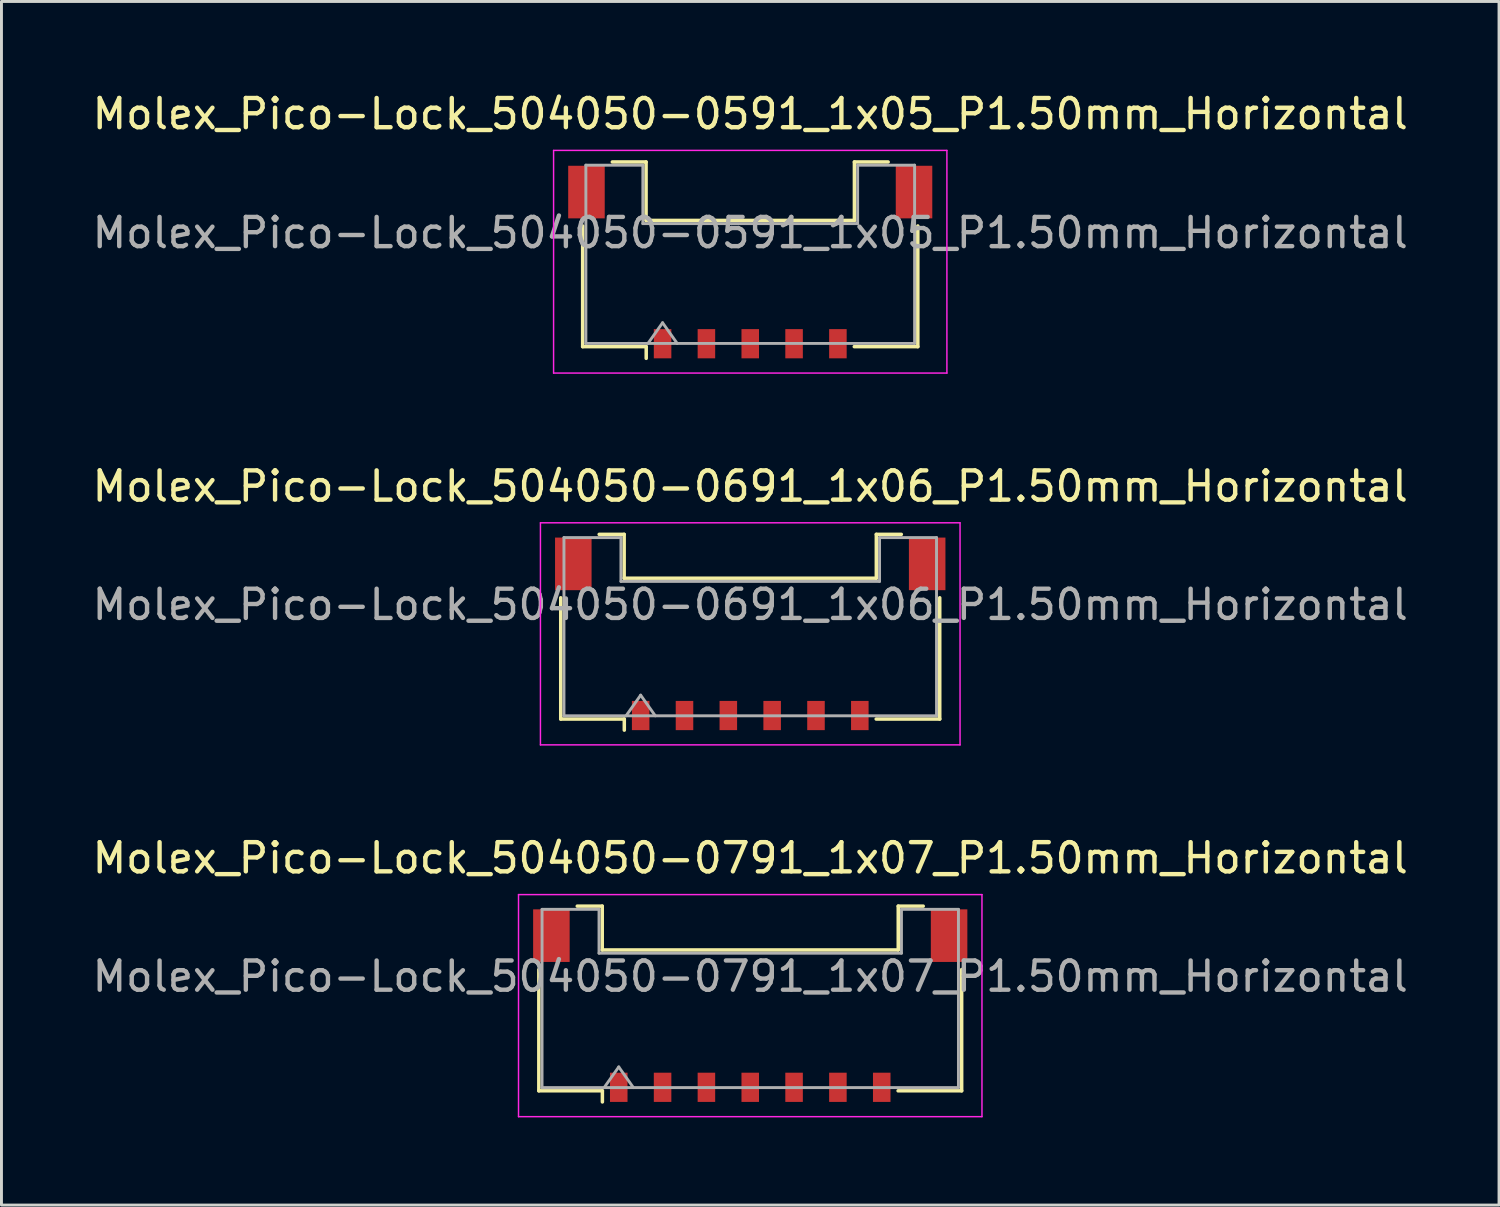
<source format=kicad_pcb>
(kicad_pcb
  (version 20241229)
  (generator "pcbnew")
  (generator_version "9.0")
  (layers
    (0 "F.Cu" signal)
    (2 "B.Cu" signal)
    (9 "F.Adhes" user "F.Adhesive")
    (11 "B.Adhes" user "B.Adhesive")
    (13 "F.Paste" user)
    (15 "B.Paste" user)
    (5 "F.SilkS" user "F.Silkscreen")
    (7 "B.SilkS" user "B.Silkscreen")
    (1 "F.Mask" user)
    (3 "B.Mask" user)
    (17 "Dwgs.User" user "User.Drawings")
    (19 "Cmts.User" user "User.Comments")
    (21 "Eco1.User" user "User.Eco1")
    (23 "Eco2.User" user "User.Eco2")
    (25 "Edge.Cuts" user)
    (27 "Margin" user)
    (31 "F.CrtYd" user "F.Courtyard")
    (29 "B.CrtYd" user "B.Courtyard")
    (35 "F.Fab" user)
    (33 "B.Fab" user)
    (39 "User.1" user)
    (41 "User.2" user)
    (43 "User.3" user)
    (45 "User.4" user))
  (footprint "Molex_Pico-Lock_504050-0591_1x05_P1.50mm_Horizontal"
    (layer "F.Cu")
    (at 22.625 5.918)
    (property "Reference" "Molex_Pico-Lock_504050-0591_1x05_P1.50mm_Horizontal" (at 0 -5.07 0) (layer "F.SilkS") (effects (font (size 1 1) (thickness 0.15))))
    (attr smd)
    (fp_line (start -5.735 -1.235) (end -5.735 2.895) (stroke (width 0.12) (type solid)) (layer "F.SilkS"))
    (fp_line (start -5.735 2.895) (end -3.56 2.895) (stroke (width 0.12) (type solid)) (layer "F.SilkS"))
    (fp_line (start -4.72 -3.425) (end -3.565 -3.425) (stroke (width 0.12) (type solid)) (layer "F.SilkS"))
    (fp_line (start -3.565 -3.425) (end -3.565 -1.425) (stroke (width 0.12) (type solid)) (layer "F.SilkS"))
    (fp_line (start -3.565 -1.425) (end 3.565 -1.425) (stroke (width 0.12) (type solid)) (layer "F.SilkS"))
    (fp_line (start -3.56 2.895) (end -3.56 3.295) (stroke (width 0.12) (type solid)) (layer "F.SilkS"))
    (fp_line (start 3.565 -3.425) (end 4.72 -3.425) (stroke (width 0.12) (type solid)) (layer "F.SilkS"))
    (fp_line (start 3.565 -1.425) (end 3.565 -3.425) (stroke (width 0.12) (type solid)) (layer "F.SilkS"))
    (fp_line (start 5.735 -1.235) (end 5.735 2.895) (stroke (width 0.12) (type solid)) (layer "F.SilkS"))
    (fp_line (start 5.735 2.895) (end 3.56 2.895) (stroke (width 0.12) (type solid)) (layer "F.SilkS"))
    (fp_line (start -6.73 -3.82) (end -6.73 3.8) (stroke (width 0.05) (type solid)) (layer "F.CrtYd"))
    (fp_line (start -6.73 3.8) (end 6.73 3.8) (stroke (width 0.05) (type solid)) (layer "F.CrtYd"))
    (fp_line (start 6.73 -3.82) (end -6.73 -3.82) (stroke (width 0.05) (type solid)) (layer "F.CrtYd"))
    (fp_line (start 6.73 3.8) (end 6.73 -3.82) (stroke (width 0.05) (type solid)) (layer "F.CrtYd"))
    (fp_line (start -5.625 -3.315) (end -3.675 -3.315) (stroke (width 0.1) (type solid)) (layer "F.Fab"))
    (fp_line (start -5.625 2.785) (end -5.625 -3.315) (stroke (width 0.1) (type solid)) (layer "F.Fab"))
    (fp_line (start -5.625 2.785) (end 5.625 2.785) (stroke (width 0.1) (type solid)) (layer "F.Fab"))
    (fp_line (start -3.675 -3.315) (end -3.675 -1.315) (stroke (width 0.1) (type solid)) (layer "F.Fab"))
    (fp_line (start -3.675 -1.315) (end 3.675 -1.315) (stroke (width 0.1) (type solid)) (layer "F.Fab"))
    (fp_line (start -3.5 2.785) (end -3 2.078) (stroke (width 0.1) (type solid)) (layer "F.Fab"))
    (fp_line (start -3 2.078) (end -2.5 2.785) (stroke (width 0.1) (type solid)) (layer "F.Fab"))
    (fp_line (start 3.675 -3.315) (end 5.625 -3.315) (stroke (width 0.1) (type solid)) (layer "F.Fab"))
    (fp_line (start 3.675 -1.315) (end 3.675 -3.315) (stroke (width 0.1) (type solid)) (layer "F.Fab"))
    (fp_line (start 5.625 2.785) (end 5.625 -3.315) (stroke (width 0.1) (type solid)) (layer "F.Fab"))
    (fp_text user "${REFERENCE}" (at 0 -1 0) (layer "F.Fab") (effects (font (size 1 1) (thickness 0.15))))
    (pad "" smd rect (at -5.605 -2.395) (size 1.25 1.8) (layers "F.Cu" "F.Mask" "F.Paste"))
    (pad "" smd rect (at 5.605 -2.395) (size 1.25 1.8) (layers "F.Cu" "F.Mask" "F.Paste"))
    (pad "1" smd rect (at -3 2.795) (size 0.6 1) (layers "F.Cu" "F.Mask" "F.Paste"))
    (pad "2" smd rect (at -1.5 2.795) (size 0.6 1) (layers "F.Cu" "F.Mask" "F.Paste"))
    (pad "3" smd rect (at 0 2.795) (size 0.6 1) (layers "F.Cu" "F.Mask" "F.Paste"))
    (pad "4" smd rect (at 1.5 2.795) (size 0.6 1) (layers "F.Cu" "F.Mask" "F.Paste"))
    (pad "5" smd rect (at 3 2.795) (size 0.6 1) (layers "F.Cu" "F.Mask" "F.Paste")))
  (footprint "Molex_Pico-Lock_504050-0791_1x07_P1.50mm_Horizontal"
    (layer "F.Cu")
    (at 22.625 31.365)
    (property "Reference" "Molex_Pico-Lock_504050-0791_1x07_P1.50mm_Horizontal" (at 0 -5.05 0) (layer "F.SilkS") (effects (font (size 1 1) (thickness 0.15))))
    (attr smd)
    (fp_line (start -7.235 -1.235) (end -7.235 2.915) (stroke (width 0.12) (type solid)) (layer "F.SilkS"))
    (fp_line (start -7.235 2.915) (end -5.06 2.915) (stroke (width 0.12) (type solid)) (layer "F.SilkS"))
    (fp_line (start -5.92 -3.405) (end -5.065 -3.405) (stroke (width 0.12) (type solid)) (layer "F.SilkS"))
    (fp_line (start -5.065 -3.405) (end -5.065 -1.905) (stroke (width 0.12) (type solid)) (layer "F.SilkS"))
    (fp_line (start -5.065 -1.905) (end 5.065 -1.905) (stroke (width 0.12) (type solid)) (layer "F.SilkS"))
    (fp_line (start -5.06 2.915) (end -5.06 3.295) (stroke (width 0.12) (type solid)) (layer "F.SilkS"))
    (fp_line (start 5.065 -3.405) (end 5.92 -3.405) (stroke (width 0.12) (type solid)) (layer "F.SilkS"))
    (fp_line (start 5.065 -1.905) (end 5.065 -3.405) (stroke (width 0.12) (type solid)) (layer "F.SilkS"))
    (fp_line (start 7.235 -1.235) (end 7.235 2.915) (stroke (width 0.12) (type solid)) (layer "F.SilkS"))
    (fp_line (start 7.235 2.915) (end 5.06 2.915) (stroke (width 0.12) (type solid)) (layer "F.SilkS"))
    (fp_line (start -7.93 -3.8) (end -7.93 3.8) (stroke (width 0.05) (type solid)) (layer "F.CrtYd"))
    (fp_line (start -7.93 3.8) (end 7.93 3.8) (stroke (width 0.05) (type solid)) (layer "F.CrtYd"))
    (fp_line (start 7.93 -3.8) (end -7.93 -3.8) (stroke (width 0.05) (type solid)) (layer "F.CrtYd"))
    (fp_line (start 7.93 3.8) (end 7.93 -3.8) (stroke (width 0.05) (type solid)) (layer "F.CrtYd"))
    (fp_line (start -7.125 -3.295) (end -5.175 -3.295) (stroke (width 0.1) (type solid)) (layer "F.Fab"))
    (fp_line (start -7.125 2.805) (end -7.125 -3.295) (stroke (width 0.1) (type solid)) (layer "F.Fab"))
    (fp_line (start -7.125 2.805) (end 7.125 2.805) (stroke (width 0.1) (type solid)) (layer "F.Fab"))
    (fp_line (start -5.175 -3.295) (end -5.175 -1.795) (stroke (width 0.1) (type solid)) (layer "F.Fab"))
    (fp_line (start -5.175 -1.795) (end 5.175 -1.795) (stroke (width 0.1) (type solid)) (layer "F.Fab"))
    (fp_line (start -5 2.805) (end -4.5 2.098) (stroke (width 0.1) (type solid)) (layer "F.Fab"))
    (fp_line (start -4.5 2.098) (end -4 2.805) (stroke (width 0.1) (type solid)) (layer "F.Fab"))
    (fp_line (start 5.175 -3.295) (end 7.125 -3.295) (stroke (width 0.1) (type solid)) (layer "F.Fab"))
    (fp_line (start 5.175 -1.795) (end 5.175 -3.295) (stroke (width 0.1) (type solid)) (layer "F.Fab"))
    (fp_line (start 7.125 2.805) (end 7.125 -3.295) (stroke (width 0.1) (type solid)) (layer "F.Fab"))
    (fp_text user "${REFERENCE}" (at 0 -1 0) (layer "F.Fab") (effects (font (size 1 1) (thickness 0.15))))
    (pad "" smd rect (at -6.805 -2.395) (size 1.25 1.8) (layers "F.Cu" "F.Mask" "F.Paste"))
    (pad "" smd rect (at 6.805 -2.395) (size 1.25 1.8) (layers "F.Cu" "F.Mask" "F.Paste"))
    (pad "1" smd rect (at -4.5 2.795) (size 0.6 1) (layers "F.Cu" "F.Mask" "F.Paste"))
    (pad "2" smd rect (at -3 2.795) (size 0.6 1) (layers "F.Cu" "F.Mask" "F.Paste"))
    (pad "3" smd rect (at -1.5 2.795) (size 0.6 1) (layers "F.Cu" "F.Mask" "F.Paste"))
    (pad "4" smd rect (at 0 2.795) (size 0.6 1) (layers "F.Cu" "F.Mask" "F.Paste"))
    (pad "5" smd rect (at 1.5 2.795) (size 0.6 1) (layers "F.Cu" "F.Mask" "F.Paste"))
    (pad "6" smd rect (at 3 2.795) (size 0.6 1) (layers "F.Cu" "F.Mask" "F.Paste"))
    (pad "7" smd rect (at 4.5 2.795) (size 0.6 1) (layers "F.Cu" "F.Mask" "F.Paste")))
  (footprint "Molex_Pico-Lock_504050-0691_1x06_P1.50mm_Horizontal"
    (layer "F.Cu")
    (at 22.625 18.642)
    (property "Reference" "Molex_Pico-Lock_504050-0691_1x06_P1.50mm_Horizontal" (at 0 -5.05 0) (layer "F.SilkS") (effects (font (size 1 1) (thickness 0.15))))
    (attr smd)
    (fp_line (start -6.485 -1.235) (end -6.485 2.915) (stroke (width 0.12) (type solid)) (layer "F.SilkS"))
    (fp_line (start -6.485 2.915) (end -4.31 2.915) (stroke (width 0.12) (type solid)) (layer "F.SilkS"))
    (fp_line (start -5.17 -3.405) (end -4.315 -3.405) (stroke (width 0.12) (type solid)) (layer "F.SilkS"))
    (fp_line (start -4.315 -3.405) (end -4.315 -1.905) (stroke (width 0.12) (type solid)) (layer "F.SilkS"))
    (fp_line (start -4.315 -1.905) (end 4.315 -1.905) (stroke (width 0.12) (type solid)) (layer "F.SilkS"))
    (fp_line (start -4.31 2.915) (end -4.31 3.295) (stroke (width 0.12) (type solid)) (layer "F.SilkS"))
    (fp_line (start 4.315 -3.405) (end 5.17 -3.405) (stroke (width 0.12) (type solid)) (layer "F.SilkS"))
    (fp_line (start 4.315 -1.905) (end 4.315 -3.405) (stroke (width 0.12) (type solid)) (layer "F.SilkS"))
    (fp_line (start 6.485 -1.235) (end 6.485 2.915) (stroke (width 0.12) (type solid)) (layer "F.SilkS"))
    (fp_line (start 6.485 2.915) (end 4.31 2.915) (stroke (width 0.12) (type solid)) (layer "F.SilkS"))
    (fp_line (start -7.18 -3.8) (end -7.18 3.8) (stroke (width 0.05) (type solid)) (layer "F.CrtYd"))
    (fp_line (start -7.18 3.8) (end 7.18 3.8) (stroke (width 0.05) (type solid)) (layer "F.CrtYd"))
    (fp_line (start 7.18 -3.8) (end -7.18 -3.8) (stroke (width 0.05) (type solid)) (layer "F.CrtYd"))
    (fp_line (start 7.18 3.8) (end 7.18 -3.8) (stroke (width 0.05) (type solid)) (layer "F.CrtYd"))
    (fp_line (start -6.375 -3.295) (end -4.425 -3.295) (stroke (width 0.1) (type solid)) (layer "F.Fab"))
    (fp_line (start -6.375 2.805) (end -6.375 -3.295) (stroke (width 0.1) (type solid)) (layer "F.Fab"))
    (fp_line (start -6.375 2.805) (end 6.375 2.805) (stroke (width 0.1) (type solid)) (layer "F.Fab"))
    (fp_line (start -4.425 -3.295) (end -4.425 -1.795) (stroke (width 0.1) (type solid)) (layer "F.Fab"))
    (fp_line (start -4.425 -1.795) (end 4.425 -1.795) (stroke (width 0.1) (type solid)) (layer "F.Fab"))
    (fp_line (start -4.25 2.805) (end -3.75 2.098) (stroke (width 0.1) (type solid)) (layer "F.Fab"))
    (fp_line (start -3.75 2.098) (end -3.25 2.805) (stroke (width 0.1) (type solid)) (layer "F.Fab"))
    (fp_line (start 4.425 -3.295) (end 6.375 -3.295) (stroke (width 0.1) (type solid)) (layer "F.Fab"))
    (fp_line (start 4.425 -1.795) (end 4.425 -3.295) (stroke (width 0.1) (type solid)) (layer "F.Fab"))
    (fp_line (start 6.375 2.805) (end 6.375 -3.295) (stroke (width 0.1) (type solid)) (layer "F.Fab"))
    (fp_text user "${REFERENCE}" (at 0 -1 0) (layer "F.Fab") (effects (font (size 1 1) (thickness 0.15))))
    (pad "" smd rect (at -6.055 -2.395) (size 1.25 1.8) (layers "F.Cu" "F.Mask" "F.Paste"))
    (pad "" smd rect (at 6.055 -2.395) (size 1.25 1.8) (layers "F.Cu" "F.Mask" "F.Paste"))
    (pad "1" smd rect (at -3.75 2.795) (size 0.6 1) (layers "F.Cu" "F.Mask" "F.Paste"))
    (pad "2" smd rect (at -2.25 2.795) (size 0.6 1) (layers "F.Cu" "F.Mask" "F.Paste"))
    (pad "3" smd rect (at -0.75 2.795) (size 0.6 1) (layers "F.Cu" "F.Mask" "F.Paste"))
    (pad "4" smd rect (at 0.75 2.795) (size 0.6 1) (layers "F.Cu" "F.Mask" "F.Paste"))
    (pad "5" smd rect (at 2.25 2.795) (size 0.6 1) (layers "F.Cu" "F.Mask" "F.Paste"))
    (pad "6" smd rect (at 3.75 2.795) (size 0.6 1) (layers "F.Cu" "F.Mask" "F.Paste")))
  (gr_rect
    (start -3 -3)
    (end 48.25 38.19)
    (stroke (width 0.1) (type default))
    (fill no)
    (layer "Edge.Cuts")))
</source>
